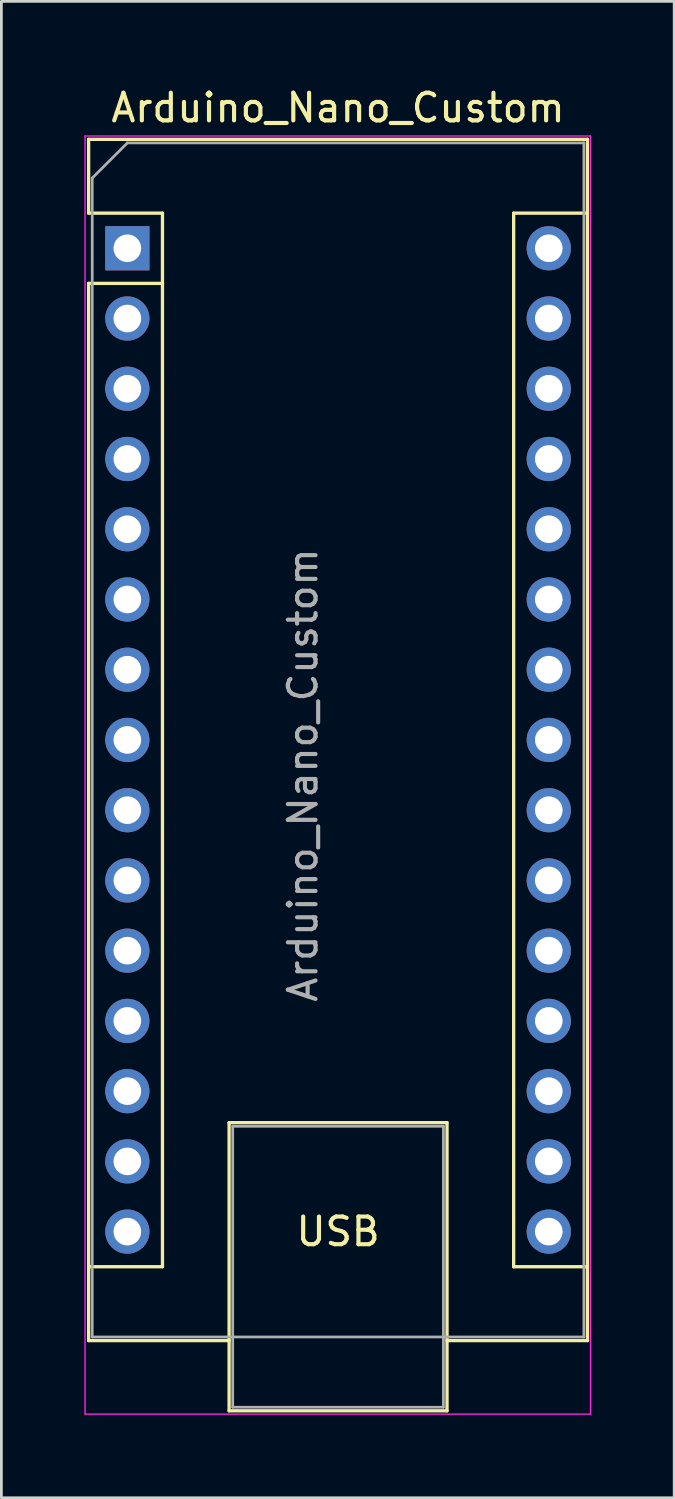
<source format=kicad_pcb>
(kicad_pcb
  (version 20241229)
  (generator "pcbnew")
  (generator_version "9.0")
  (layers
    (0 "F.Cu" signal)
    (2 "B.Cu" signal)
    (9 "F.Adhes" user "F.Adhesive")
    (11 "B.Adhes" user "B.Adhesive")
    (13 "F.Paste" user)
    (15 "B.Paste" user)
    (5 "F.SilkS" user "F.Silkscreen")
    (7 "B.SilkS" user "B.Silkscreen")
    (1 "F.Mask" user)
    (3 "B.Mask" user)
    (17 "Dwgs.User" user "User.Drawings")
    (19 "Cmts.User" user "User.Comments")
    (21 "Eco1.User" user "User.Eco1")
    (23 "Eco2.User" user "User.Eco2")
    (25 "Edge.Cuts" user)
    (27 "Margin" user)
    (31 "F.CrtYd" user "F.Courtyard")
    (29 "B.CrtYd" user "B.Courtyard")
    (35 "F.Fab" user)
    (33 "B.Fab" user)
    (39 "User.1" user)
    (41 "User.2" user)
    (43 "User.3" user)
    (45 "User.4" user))
  (footprint "Arduino_Nano_Custom"
    (layer "F.Cu")
    (at 1.555 5.928)
    (property "Reference" "Arduino_Nano_Custom" (at 7.62 -5.08 0) (layer "F.SilkS") (effects (font (size 1 1) (thickness 0.15))))
    (attr through_hole)
    (fp_line (start -1.4 -3.94) (end -1.4 -1.27) (stroke (width 0.12) (type solid)) (layer "F.SilkS"))
    (fp_line (start -1.4 1.27) (end -1.4 39.5) (stroke (width 0.12) (type solid)) (layer "F.SilkS"))
    (fp_line (start -1.4 39.5) (end 3.68 39.5) (stroke (width 0.12) (type solid)) (layer "F.SilkS"))
    (fp_line (start 1.27 -1.27) (end -1.4 -1.27) (stroke (width 0.12) (type solid)) (layer "F.SilkS"))
    (fp_line (start 1.27 1.27) (end -1.4 1.27) (stroke (width 0.12) (type solid)) (layer "F.SilkS"))
    (fp_line (start 1.27 1.27) (end 1.27 -1.27) (stroke (width 0.12) (type solid)) (layer "F.SilkS"))
    (fp_line (start 1.27 1.27) (end 1.27 36.83) (stroke (width 0.12) (type solid)) (layer "F.SilkS"))
    (fp_line (start 1.27 36.83) (end -1.4 36.83) (stroke (width 0.12) (type solid)) (layer "F.SilkS"))
    (fp_line (start 3.68 31.62) (end 11.56 31.62) (stroke (width 0.12) (type solid)) (layer "F.SilkS"))
    (fp_line (start 3.68 42.04) (end 3.68 31.62) (stroke (width 0.12) (type solid)) (layer "F.SilkS"))
    (fp_line (start 11.56 31.62) (end 11.56 42.04) (stroke (width 0.12) (type solid)) (layer "F.SilkS"))
    (fp_line (start 11.56 42.04) (end 3.68 42.04) (stroke (width 0.12) (type solid)) (layer "F.SilkS"))
    (fp_line (start 13.97 -1.27) (end 13.97 36.83) (stroke (width 0.12) (type solid)) (layer "F.SilkS"))
    (fp_line (start 13.97 -1.27) (end 16.64 -1.27) (stroke (width 0.12) (type solid)) (layer "F.SilkS"))
    (fp_line (start 13.97 36.83) (end 16.64 36.83) (stroke (width 0.12) (type solid)) (layer "F.SilkS"))
    (fp_line (start 16.64 -3.94) (end -1.4 -3.94) (stroke (width 0.12) (type solid)) (layer "F.SilkS"))
    (fp_line (start 16.64 39.5) (end 11.56 39.5) (stroke (width 0.12) (type solid)) (layer "F.SilkS"))
    (fp_line (start 16.64 39.5) (end 16.64 -3.94) (stroke (width 0.12) (type solid)) (layer "F.SilkS"))
    (fp_line (start -1.53 -4.06) (end -1.53 42.16) (stroke (width 0.05) (type solid)) (layer "F.CrtYd"))
    (fp_line (start -1.53 -4.06) (end 16.75 -4.06) (stroke (width 0.05) (type solid)) (layer "F.CrtYd"))
    (fp_line (start 16.75 42.16) (end -1.53 42.16) (stroke (width 0.05) (type solid)) (layer "F.CrtYd"))
    (fp_line (start 16.75 42.16) (end 16.75 -4.06) (stroke (width 0.05) (type solid)) (layer "F.CrtYd"))
    (fp_line (start -1.27 -2.54) (end 0 -3.81) (stroke (width 0.1) (type solid)) (layer "F.Fab"))
    (fp_line (start -1.27 39.37) (end -1.27 -2.54) (stroke (width 0.1) (type solid)) (layer "F.Fab"))
    (fp_line (start 0 -3.81) (end 16.51 -3.81) (stroke (width 0.1) (type solid)) (layer "F.Fab"))
    (fp_line (start 3.81 31.75) (end 11.43 31.75) (stroke (width 0.1) (type solid)) (layer "F.Fab"))
    (fp_line (start 3.81 41.91) (end 3.81 31.75) (stroke (width 0.1) (type solid)) (layer "F.Fab"))
    (fp_line (start 11.43 31.75) (end 11.43 41.91) (stroke (width 0.1) (type solid)) (layer "F.Fab"))
    (fp_line (start 11.43 41.91) (end 3.81 41.91) (stroke (width 0.1) (type solid)) (layer "F.Fab"))
    (fp_line (start 16.51 -3.81) (end 16.51 39.37) (stroke (width 0.1) (type solid)) (layer "F.Fab"))
    (fp_line (start 16.51 39.37) (end -1.27 39.37) (stroke (width 0.1) (type solid)) (layer "F.Fab"))
    (fp_text user "USB" (at 7.62 35.56 0) (unlocked yes) (layer "F.SilkS") (effects (font (size 1 1) (thickness 0.15))))
    (fp_text user "${REFERENCE}" (at 6.35 19.05 90) (layer "F.Fab") (effects (font (size 1 1) (thickness 0.15))))
    (pad "1" thru_hole rect (at 0 0) (size 1.6 1.6) (drill 1) (layers "*.Cu" "*.Mask"))
    (pad "2" thru_hole oval (at 0 2.54) (size 1.6 1.6) (drill 1) (layers "*.Cu" "*.Mask"))
    (pad "3" thru_hole oval (at 0 5.08) (size 1.6 1.6) (drill 1) (layers "*.Cu" "*.Mask"))
    (pad "4" thru_hole oval (at 0 7.62) (size 1.6 1.6) (drill 1) (layers "*.Cu" "*.Mask"))
    (pad "5" thru_hole oval (at 0 10.16) (size 1.6 1.6) (drill 1) (layers "*.Cu" "*.Mask"))
    (pad "6" thru_hole oval (at 0 12.7) (size 1.6 1.6) (drill 1) (layers "*.Cu" "*.Mask"))
    (pad "7" thru_hole oval (at 0 15.24) (size 1.6 1.6) (drill 1) (layers "*.Cu" "*.Mask"))
    (pad "8" thru_hole oval (at 0 17.78) (size 1.6 1.6) (drill 1) (layers "*.Cu" "*.Mask"))
    (pad "9" thru_hole oval (at 0 20.32) (size 1.6 1.6) (drill 1) (layers "*.Cu" "*.Mask"))
    (pad "10" thru_hole oval (at 0 22.86) (size 1.6 1.6) (drill 1) (layers "*.Cu" "*.Mask"))
    (pad "11" thru_hole oval (at 0 25.4) (size 1.6 1.6) (drill 1) (layers "*.Cu" "*.Mask"))
    (pad "12" thru_hole oval (at 0 27.94) (size 1.6 1.6) (drill 1) (layers "*.Cu" "*.Mask"))
    (pad "13" thru_hole oval (at 0 30.48) (size 1.6 1.6) (drill 1) (layers "*.Cu" "*.Mask"))
    (pad "14" thru_hole oval (at 0 33.02) (size 1.6 1.6) (drill 1) (layers "*.Cu" "*.Mask"))
    (pad "15" thru_hole oval (at 0 35.56) (size 1.6 1.6) (drill 1) (layers "*.Cu" "*.Mask"))
    (pad "16" thru_hole oval (at 15.24 35.56) (size 1.6 1.6) (drill 1) (layers "*.Cu" "*.Mask"))
    (pad "17" thru_hole oval (at 15.24 33.02) (size 1.6 1.6) (drill 1) (layers "*.Cu" "*.Mask"))
    (pad "18" thru_hole oval (at 15.24 30.48) (size 1.6 1.6) (drill 1) (layers "*.Cu" "*.Mask"))
    (pad "19" thru_hole oval (at 15.24 27.94) (size 1.6 1.6) (drill 1) (layers "*.Cu" "*.Mask"))
    (pad "20" thru_hole oval (at 15.24 25.4) (size 1.6 1.6) (drill 1) (layers "*.Cu" "*.Mask"))
    (pad "21" thru_hole oval (at 15.24 22.86) (size 1.6 1.6) (drill 1) (layers "*.Cu" "*.Mask"))
    (pad "22" thru_hole oval (at 15.24 20.32) (size 1.6 1.6) (drill 1) (layers "*.Cu" "*.Mask"))
    (pad "23" thru_hole oval (at 15.24 17.78) (size 1.6 1.6) (drill 1) (layers "*.Cu" "*.Mask"))
    (pad "24" thru_hole oval (at 15.24 15.24) (size 1.6 1.6) (drill 1) (layers "*.Cu" "*.Mask"))
    (pad "25" thru_hole oval (at 15.24 12.7) (size 1.6 1.6) (drill 1) (layers "*.Cu" "*.Mask"))
    (pad "26" thru_hole oval (at 15.24 10.16) (size 1.6 1.6) (drill 1) (layers "*.Cu" "*.Mask"))
    (pad "27" thru_hole oval (at 15.24 7.62) (size 1.6 1.6) (drill 1) (layers "*.Cu" "*.Mask"))
    (pad "28" thru_hole oval (at 15.24 5.08) (size 1.6 1.6) (drill 1) (layers "*.Cu" "*.Mask"))
    (pad "29" thru_hole oval (at 15.24 2.54) (size 1.6 1.6) (drill 1) (layers "*.Cu" "*.Mask"))
    (pad "30" thru_hole oval (at 15.24 0) (size 1.6 1.6) (drill 1) (layers "*.Cu" "*.Mask")))
  (gr_rect
    (start -3 -3)
    (end 21.33 51.113)
    (stroke (width 0.1) (type default))
    (fill no)
    (layer "Edge.Cuts")))
</source>
